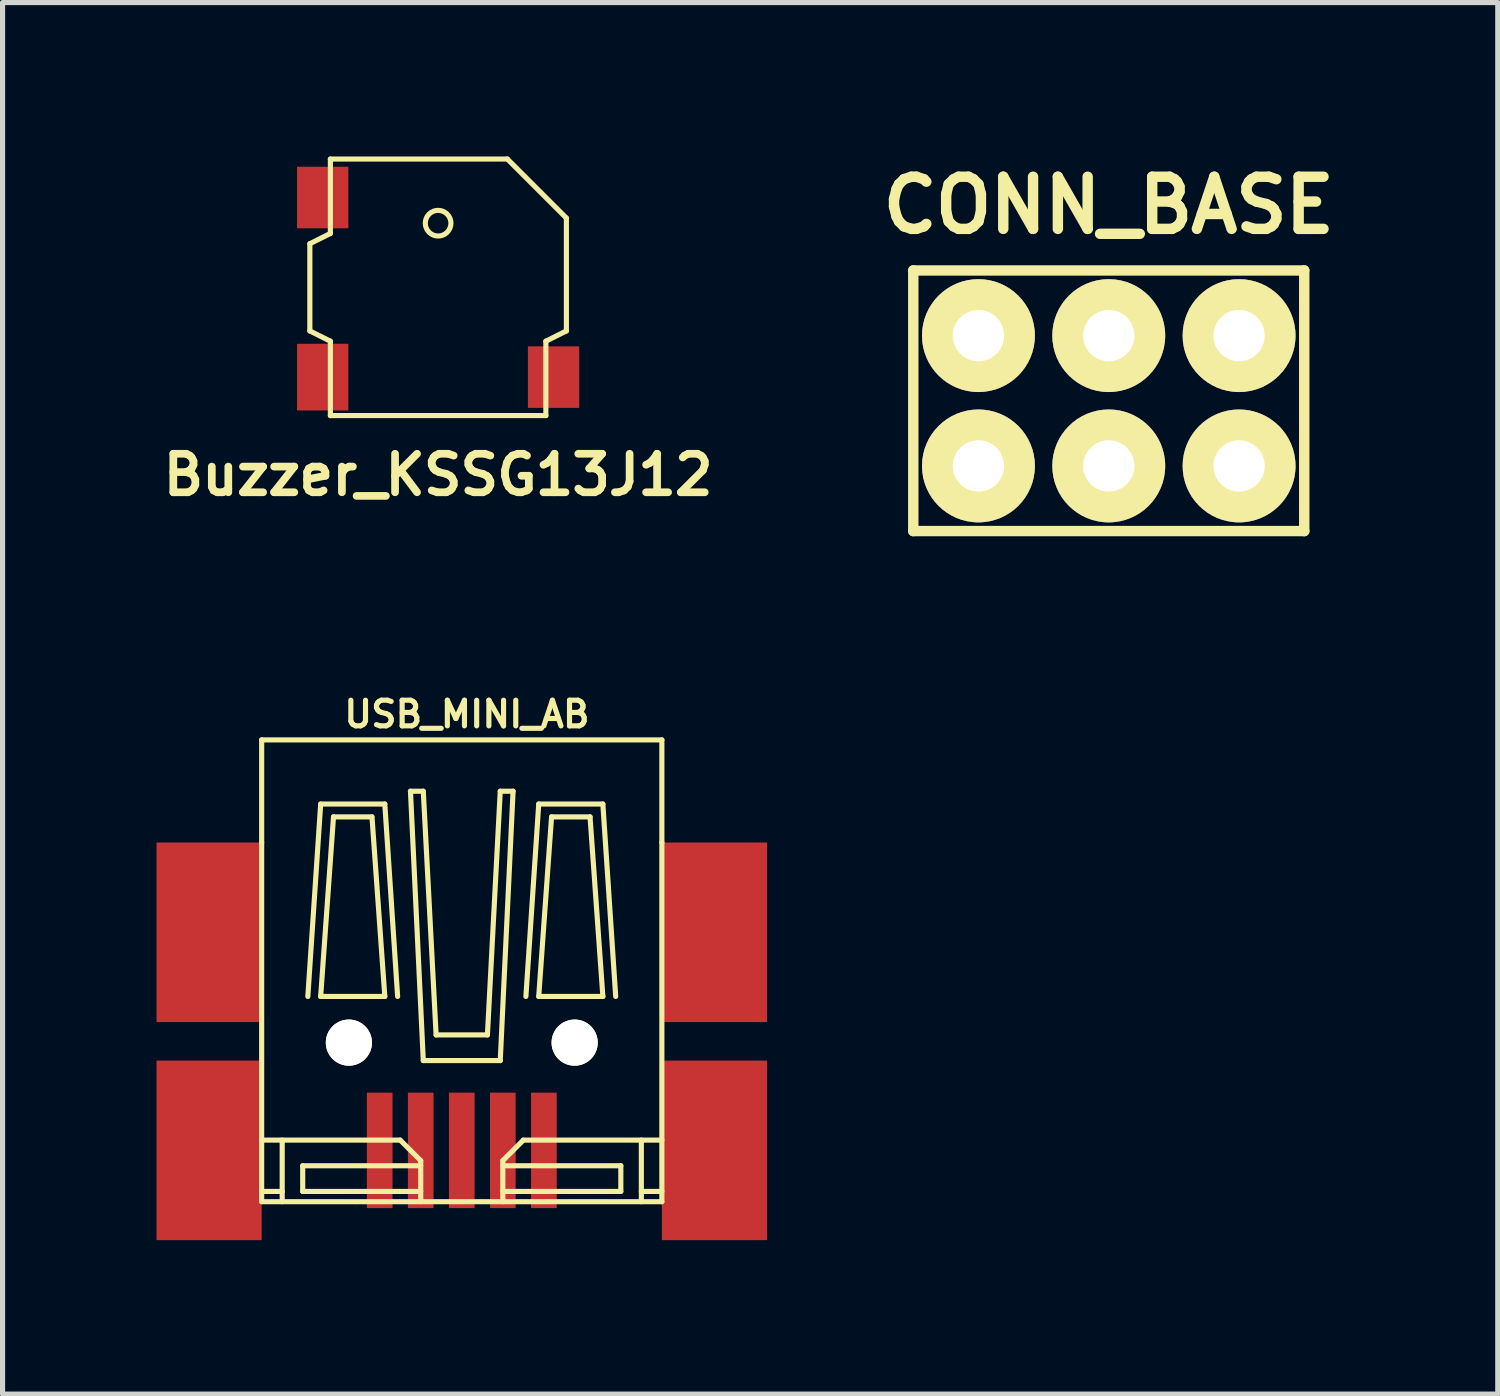
<source format=kicad_pcb>
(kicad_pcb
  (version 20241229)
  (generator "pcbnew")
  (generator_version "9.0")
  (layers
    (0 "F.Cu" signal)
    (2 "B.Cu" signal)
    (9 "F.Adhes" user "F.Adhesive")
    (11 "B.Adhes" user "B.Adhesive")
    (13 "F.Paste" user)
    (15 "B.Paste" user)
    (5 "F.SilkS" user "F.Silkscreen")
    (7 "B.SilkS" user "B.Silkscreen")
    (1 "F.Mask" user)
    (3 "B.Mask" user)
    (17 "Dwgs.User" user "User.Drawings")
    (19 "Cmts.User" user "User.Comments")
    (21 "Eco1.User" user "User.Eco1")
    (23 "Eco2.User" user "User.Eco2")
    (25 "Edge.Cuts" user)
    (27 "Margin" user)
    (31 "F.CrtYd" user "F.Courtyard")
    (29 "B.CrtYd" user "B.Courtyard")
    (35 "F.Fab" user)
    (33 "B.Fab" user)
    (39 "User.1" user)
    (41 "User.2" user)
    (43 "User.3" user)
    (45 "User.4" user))
  (footprint "CONN_BASE"
    (layer "F.Cu")
    (at 18.56 4.761)
    (property "Reference" "CONN_BASE" (at 0 -3.81 0) (layer "F.SilkS") (effects (font (size 1.016 1.016) (thickness 0.203))))
    (attr through_hole)
    (fp_line (start -3.81 -2.54) (end 3.81 -2.54) (stroke (width 0.203) (type solid)) (layer "F.SilkS"))
    (fp_line (start -3.81 2.54) (end -3.81 -2.54) (stroke (width 0.203) (type solid)) (layer "F.SilkS"))
    (fp_line (start 3.81 -2.54) (end 3.81 2.54) (stroke (width 0.203) (type solid)) (layer "F.SilkS"))
    (fp_line (start 3.81 2.54) (end -3.81 2.54) (stroke (width 0.203) (type solid)) (layer "F.SilkS"))
    (pad "1" thru_hole oval (at -2.54 1.27) (size 2.2 2.2) (drill 1) (layers "*.Cu" "*.Mask" "F.SilkS"))
    (pad "2" thru_hole oval (at 0 1.27) (size 2.2 2.2) (drill 1) (layers "*.Cu" "*.Mask" "F.SilkS"))
    (pad "3" thru_hole oval (at 2.54 1.27) (size 2.2 2.2) (drill 1) (layers "*.Cu" "*.Mask" "F.SilkS"))
    (pad "4" thru_hole oval (at 2.54 -1.27) (size 2.2 2.2) (drill 1) (layers "*.Cu" "*.Mask" "F.SilkS"))
    (pad "5" thru_hole oval (at 0 -1.27) (size 2.2 2.2) (drill 1) (layers "*.Cu" "*.Mask" "F.SilkS"))
    (pad "6" thru_hole oval (at -2.54 -1.27) (size 2.2 2.2) (drill 1) (layers "*.Cu" "*.Mask" "F.SilkS")))
  (footprint "Buzzer_KSSG13J12"
    (layer "F.Cu")
    (at 5.489 4.3)
    (property "Reference" "Buzzer_KSSG13J12" (at 0 1.905 0) (layer "F.SilkS") (effects (font (size 0.75 0.75) (thickness 0.15))))
    (attr through_hole)
    (fp_line (start -2.5 -2.6) (end -2.5 -0.9) (stroke (width 0.1) (type solid)) (layer "F.SilkS"))
    (fp_line (start -2.5 -0.9) (end -2.1 -0.7) (stroke (width 0.1) (type solid)) (layer "F.SilkS"))
    (fp_line (start -2.1 -4.25) (end -2.1 -2.8) (stroke (width 0.1) (type solid)) (layer "F.SilkS"))
    (fp_line (start -2.1 -4.25) (end 1.35 -4.25) (stroke (width 0.1) (type solid)) (layer "F.SilkS"))
    (fp_line (start -2.1 -2.8) (end -2.5 -2.6) (stroke (width 0.1) (type solid)) (layer "F.SilkS"))
    (fp_line (start -2.1 -0.7) (end -2.1 0.75) (stroke (width 0.1) (type solid)) (layer "F.SilkS"))
    (fp_line (start -2.1 0.75) (end 2.1 0.75) (stroke (width 0.1) (type solid)) (layer "F.SilkS"))
    (fp_line (start 2.1 -0.7) (end 2.5 -0.9) (stroke (width 0.1) (type solid)) (layer "F.SilkS"))
    (fp_line (start 2.1 0.75) (end 2.1 -0.7) (stroke (width 0.1) (type solid)) (layer "F.SilkS"))
    (fp_line (start 2.5 -3.1) (end 1.35 -4.25) (stroke (width 0.1) (type solid)) (layer "F.SilkS"))
    (fp_line (start 2.5 -0.9) (end 2.5 -3.1) (stroke (width 0.1) (type solid)) (layer "F.SilkS"))
    (fp_circle (center 0 -3) (end 0 -2.75) (stroke (width 0.1) (type solid)) (fill no) (layer "F.SilkS"))
    (pad "1" smd rect (at -2.25 0) (size 1 1.3) (layers "F.Cu" "F.Mask" "F.Paste"))
    (pad "2" smd rect (at 2.25 0) (size 1 1.2) (layers "F.Cu" "F.Mask" "F.Paste"))
    (pad "3" smd rect (at -2.25 -3.5) (size 1 1.2) (layers "F.Cu" "F.Mask" "F.Paste")))
  (footprint "USB_MINI_AB"
    (layer "F.Cu")
    (at 5.95 19.371)
    (property "Reference" "USB_MINI_AB" (at 0.1 -8.5 0) (layer "F.SilkS") (effects (font (size 0.5 0.5) (thickness 0.1))))
    (attr through_hole)
    (fp_line (start -3.9 -8) (end -3.9 -6) (stroke (width 0.1) (type solid)) (layer "F.SilkS"))
    (fp_line (start -3.9 -6) (end -3.9 1) (stroke (width 0.1) (type solid)) (layer "F.SilkS"))
    (fp_line (start -3.9 -0.2) (end -1.2 -0.2) (stroke (width 0.1) (type solid)) (layer "F.SilkS"))
    (fp_line (start -3.9 1) (end 3.9 1) (stroke (width 0.1) (type solid)) (layer "F.SilkS"))
    (fp_line (start -3.5 0.8) (end -3.9 0.8) (stroke (width 0.1) (type solid)) (layer "F.SilkS"))
    (fp_line (start -3.5 1) (end -3.5 -0.2) (stroke (width 0.1) (type solid)) (layer "F.SilkS"))
    (fp_line (start -3.1 0.3) (end -0.8 0.3) (stroke (width 0.1) (type solid)) (layer "F.SilkS"))
    (fp_line (start -3.1 0.8) (end -3.1 0.3) (stroke (width 0.1) (type solid)) (layer "F.SilkS"))
    (fp_line (start -3 -3) (end -2.75 -6.75) (stroke (width 0.1) (type solid)) (layer "F.SilkS"))
    (fp_line (start -2.75 -6.75) (end -1.5 -6.75) (stroke (width 0.1) (type solid)) (layer "F.SilkS"))
    (fp_line (start -2.75 -3) (end -1.5 -3) (stroke (width 0.1) (type solid)) (layer "F.SilkS"))
    (fp_line (start -2.5 -6.5) (end -2.75 -3) (stroke (width 0.1) (type solid)) (layer "F.SilkS"))
    (fp_line (start -1.75 -6.5) (end -2.5 -6.5) (stroke (width 0.1) (type solid)) (layer "F.SilkS"))
    (fp_line (start -1.5 -6.75) (end -1.25 -3) (stroke (width 0.1) (type solid)) (layer "F.SilkS"))
    (fp_line (start -1.5 -3) (end -1.75 -6.5) (stroke (width 0.1) (type solid)) (layer "F.SilkS"))
    (fp_line (start -1.2 -0.2) (end -0.8 0.2) (stroke (width 0.1) (type solid)) (layer "F.SilkS"))
    (fp_line (start -1 -7) (end -0.75 -1.75) (stroke (width 0.1) (type solid)) (layer "F.SilkS"))
    (fp_line (start -0.8 0.2) (end -0.8 1) (stroke (width 0.1) (type solid)) (layer "F.SilkS"))
    (fp_line (start -0.8 0.8) (end -3.1 0.8) (stroke (width 0.1) (type solid)) (layer "F.SilkS"))
    (fp_line (start -0.75 -7) (end -1 -7) (stroke (width 0.1) (type solid)) (layer "F.SilkS"))
    (fp_line (start -0.75 -1.75) (end 0.75 -1.75) (stroke (width 0.1) (type solid)) (layer "F.SilkS"))
    (fp_line (start -0.5 -2.25) (end -0.75 -7) (stroke (width 0.1) (type solid)) (layer "F.SilkS"))
    (fp_line (start 0.5 -2.25) (end -0.5 -2.25) (stroke (width 0.1) (type solid)) (layer "F.SilkS"))
    (fp_line (start 0.75 -7) (end 0.5 -2.25) (stroke (width 0.1) (type solid)) (layer "F.SilkS"))
    (fp_line (start 0.75 -1.75) (end 1 -7) (stroke (width 0.1) (type solid)) (layer "F.SilkS"))
    (fp_line (start 0.8 0.2) (end 1.2 -0.2) (stroke (width 0.1) (type solid)) (layer "F.SilkS"))
    (fp_line (start 0.8 0.3) (end 3.1 0.3) (stroke (width 0.1) (type solid)) (layer "F.SilkS"))
    (fp_line (start 0.8 1) (end 0.8 0.2) (stroke (width 0.1) (type solid)) (layer "F.SilkS"))
    (fp_line (start 1 -7) (end 0.75 -7) (stroke (width 0.1) (type solid)) (layer "F.SilkS"))
    (fp_line (start 1.2 -0.2) (end 3.9 -0.2) (stroke (width 0.1) (type solid)) (layer "F.SilkS"))
    (fp_line (start 1.25 -3) (end 1.5 -6.75) (stroke (width 0.1) (type solid)) (layer "F.SilkS"))
    (fp_line (start 1.5 -6.75) (end 2.75 -6.75) (stroke (width 0.1) (type solid)) (layer "F.SilkS"))
    (fp_line (start 1.5 -3) (end 1.75 -6.5) (stroke (width 0.1) (type solid)) (layer "F.SilkS"))
    (fp_line (start 1.75 -6.5) (end 2.5 -6.5) (stroke (width 0.1) (type solid)) (layer "F.SilkS"))
    (fp_line (start 2.5 -6.5) (end 2.75 -3) (stroke (width 0.1) (type solid)) (layer "F.SilkS"))
    (fp_line (start 2.75 -6.75) (end 3 -3) (stroke (width 0.1) (type solid)) (layer "F.SilkS"))
    (fp_line (start 2.75 -3) (end 1.5 -3) (stroke (width 0.1) (type solid)) (layer "F.SilkS"))
    (fp_line (start 3.1 0.3) (end 3.1 0.8) (stroke (width 0.1) (type solid)) (layer "F.SilkS"))
    (fp_line (start 3.1 0.8) (end 0.8 0.8) (stroke (width 0.1) (type solid)) (layer "F.SilkS"))
    (fp_line (start 3.5 -0.2) (end 3.5 1) (stroke (width 0.1) (type solid)) (layer "F.SilkS"))
    (fp_line (start 3.9 -8) (end -3.9 -8) (stroke (width 0.1) (type solid)) (layer "F.SilkS"))
    (fp_line (start 3.9 -6) (end 3.9 -8) (stroke (width 0.1) (type solid)) (layer "F.SilkS"))
    (fp_line (start 3.9 0.8) (end 3.5 0.8) (stroke (width 0.1) (type solid)) (layer "F.SilkS"))
    (fp_line (start 3.9 1) (end 3.9 -6) (stroke (width 0.1) (type solid)) (layer "F.SilkS"))
    (pad "" np_thru_hole circle (at -2.2 -2.1) (size 0.9 0.9) (drill 0.9) (layers "*.Cu" "*.Mask" "F.SilkS"))
    (pad "" np_thru_hole circle (at 2.2 -2.1) (size 0.9 0.9) (drill 0.9) (layers "*.Cu" "*.Mask" "F.SilkS"))
    (pad "1" smd rect (at 1.6 0) (size 0.5 2.25) (layers "F.Cu" "F.Mask" "F.Paste"))
    (pad "2" smd rect (at 0.8 0) (size 0.5 2.25) (layers "F.Cu" "F.Mask" "F.Paste"))
    (pad "3" smd rect (at 0 0) (size 0.5 2.25) (layers "F.Cu" "F.Mask" "F.Paste"))
    (pad "4" smd rect (at -0.8 0) (size 0.5 2.25) (layers "F.Cu" "F.Mask" "F.Paste"))
    (pad "5" smd rect (at -4.925 -4.25) (size 2.05 3.5) (layers "F.Cu" "F.Mask" "F.Paste"))
    (pad "5" smd rect (at -4.925 0) (size 2.05 3.5) (layers "F.Cu" "F.Mask" "F.Paste"))
    (pad "5" smd rect (at -1.6 0) (size 0.5 2.25) (layers "F.Cu" "F.Mask" "F.Paste"))
    (pad "5" smd rect (at 4.925 -4.25) (size 2.05 3.5) (layers "F.Cu" "F.Mask" "F.Paste"))
    (pad "5" smd rect (at 4.925 0) (size 2.05 3.5) (layers "F.Cu" "F.Mask" "F.Paste")))
  (gr_rect
    (start -3 -3)
    (end 26.142 24.121)
    (stroke (width 0.1) (type default))
    (fill no)
    (layer "Edge.Cuts")))
</source>
